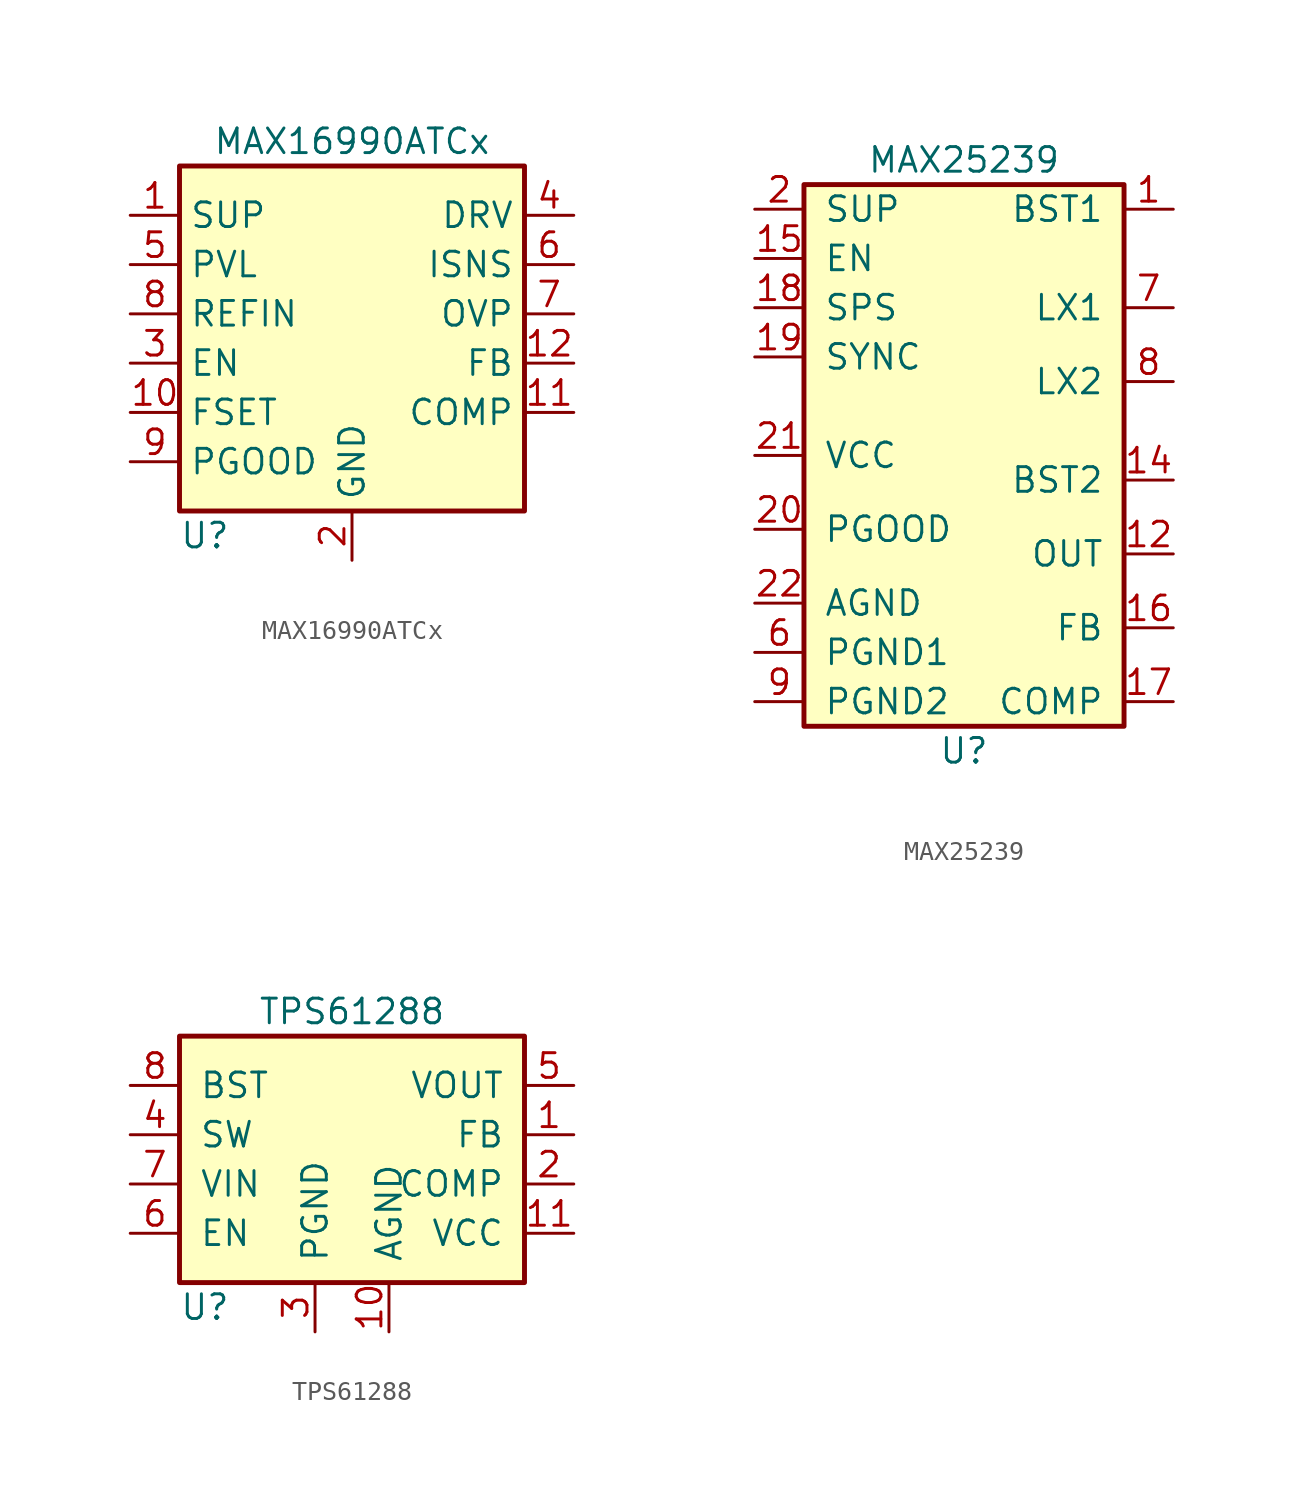
<source format=kicad_sym>
(kicad_symbol_lib
  (version 20211014)
  (generator kicad_symbol_editor)
  (symbol "MAX16990ATCx"
    (property "Reference" "U"
      (at -8.89 -10.16 0)
      (effects (font (size 1.27 1.27)) (justify left)))
    (property "Value" "MAX16990ATCx"
      (at 0 10.16 0)
      (effects (font (size 1.27 1.27))))
    (symbol "MAX16990ATCx_0_1"
      (rectangle (start -8.89 8.89) (end 8.89 -8.89) (stroke (width 0.254) (type default) (color 0 0 0 0)) (fill (type background))))
    (symbol "MAX16990ATCx_1_1"
      (pin power_in line (at -11.43 6.35 0) (length 2.54) (name "SUP" (effects (font (size 1.27 1.27)))) (number "1" (effects (font (size 1.27 1.27)))))
      (pin input line (at -11.43 -3.81 0) (length 2.54) (name "FSET" (effects (font (size 1.27 1.27)))) (number "10" (effects (font (size 1.27 1.27)))))
      (pin output line (at 11.43 -3.81 180) (length 2.54) (name "COMP" (effects (font (size 1.27 1.27)))) (number "11" (effects (font (size 1.27 1.27)))))
      (pin input line (at 11.43 -1.27 180) (length 2.54) (name "FB" (effects (font (size 1.27 1.27)))) (number "12" (effects (font (size 1.27 1.27)))))
      (pin power_in line (at 0 -11.43 90) (length 2.54) hide (name "GND" (effects (font (size 1.27 1.27)))) (number "13" (effects (font (size 1.27 1.27)))))
      (pin power_in line (at 0 -11.43 90) (length 2.54) (name "GND" (effects (font (size 1.27 1.27)))) (number "2" (effects (font (size 1.27 1.27)))))
      (pin input line (at -11.43 -1.27 0) (length 2.54) (name "EN" (effects (font (size 1.27 1.27)))) (number "3" (effects (font (size 1.27 1.27)))))
      (pin output line (at 11.43 6.35 180) (length 2.54) (name "DRV" (effects (font (size 1.27 1.27)))) (number "4" (effects (font (size 1.27 1.27)))))
      (pin power_out line (at -11.43 3.81 0) (length 2.54) (name "PVL" (effects (font (size 1.27 1.27)))) (number "5" (effects (font (size 1.27 1.27)))))
      (pin input line (at 11.43 3.81 180) (length 2.54) (name "ISNS" (effects (font (size 1.27 1.27)))) (number "6" (effects (font (size 1.27 1.27)))))
      (pin input line (at 11.43 1.27 180) (length 2.54) (name "OVP" (effects (font (size 1.27 1.27)))) (number "7" (effects (font (size 1.27 1.27)))))
      (pin input line (at -11.43 1.27 0) (length 2.54) (name "REFIN" (effects (font (size 1.27 1.27)))) (number "8" (effects (font (size 1.27 1.27)))))
      (pin output line (at -11.43 -6.35 0) (length 2.54) (name "PGOOD" (effects (font (size 1.27 1.27)))) (number "9" (effects (font (size 1.27 1.27)))))))
  (symbol "MAX25239"
    (pin_names
      (offset 1.016))
    (property "Reference" "U"
      (at 0 -15.24 0)
      (effects (font (size 1.27 1.27))))
    (property "Value" "MAX25239"
      (at 0 15.24 0)
      (effects (font (size 1.27 1.27))))
    (symbol "MAX25239_0_1"
      (rectangle (start -8.255 13.97) (end 8.255 -13.97) (stroke (width 0.254) (type default) (color 0 0 0 0)) (fill (type background))))
    (symbol "MAX25239_1_1"
      (pin input line (at 10.795 12.7 180) (length 2.54) (name "BST1" (effects (font (size 1.27 1.27)))) (number "1" (effects (font (size 1.27 1.27)))))
      (pin passive line (at -10.795 -12.7 0) (length 2.54) hide (name "PGND2" (effects (font (size 1.27 1.27)))) (number "10" (effects (font (size 1.27 1.27)))))
      (pin power_out line (at 10.795 -5.08 180) (length 2.54) (name "OUT" (effects (font (size 1.27 1.27)))) (number "12" (effects (font (size 1.27 1.27)))))
      (pin power_out line (at 10.795 -5.08 180) (length 2.54) hide (name "OUT" (effects (font (size 1.27 1.27)))) (number "13" (effects (font (size 1.27 1.27)))))
      (pin input line (at 10.795 -1.27 180) (length 2.54) (name "BST2" (effects (font (size 1.27 1.27)))) (number "14" (effects (font (size 1.27 1.27)))))
      (pin input line (at -10.795 10.16 0) (length 2.54) (name "EN" (effects (font (size 1.27 1.27)))) (number "15" (effects (font (size 1.27 1.27)))))
      (pin input line (at 10.795 -8.89 180) (length 2.54) (name "FB" (effects (font (size 1.27 1.27)))) (number "16" (effects (font (size 1.27 1.27)))))
      (pin input line (at 10.795 -12.7 180) (length 2.54) (name "COMP" (effects (font (size 1.27 1.27)))) (number "17" (effects (font (size 1.27 1.27)))))
      (pin input line (at -10.795 7.62 0) (length 2.54) (name "SPS" (effects (font (size 1.27 1.27)))) (number "18" (effects (font (size 1.27 1.27)))))
      (pin input line (at -10.795 5.08 0) (length 2.54) (name "SYNC" (effects (font (size 1.27 1.27)))) (number "19" (effects (font (size 1.27 1.27)))))
      (pin input line (at -10.795 12.7 0) (length 2.54) (name "SUP" (effects (font (size 1.27 1.27)))) (number "2" (effects (font (size 1.27 1.27)))))
      (pin open_collector line (at -10.795 -3.81 0) (length 2.54) (name "PGOOD" (effects (font (size 1.27 1.27)))) (number "20" (effects (font (size 1.27 1.27)))))
      (pin output line (at -10.795 0 0) (length 2.54) (name "VCC" (effects (font (size 1.27 1.27)))) (number "21" (effects (font (size 1.27 1.27)))))
      (pin passive line (at -10.795 -7.62 0) (length 2.54) (name "AGND" (effects (font (size 1.27 1.27)))) (number "22" (effects (font (size 1.27 1.27)))))
      (pin input line (at -10.795 12.7 0) (length 2.54) hide (name "SUP" (effects (font (size 1.27 1.27)))) (number "3" (effects (font (size 1.27 1.27)))))
      (pin passive line (at -10.795 -10.16 0) (length 2.54) hide (name "PGND1" (effects (font (size 1.27 1.27)))) (number "5" (effects (font (size 1.27 1.27)))))
      (pin passive line (at -10.795 -10.16 0) (length 2.54) (name "PGND1" (effects (font (size 1.27 1.27)))) (number "6" (effects (font (size 1.27 1.27)))))
      (pin bidirectional line (at 10.795 7.62 180) (length 2.54) (name "LX1" (effects (font (size 1.27 1.27)))) (number "7" (effects (font (size 1.27 1.27)))))
      (pin bidirectional line (at 10.795 3.81 180) (length 2.54) (name "LX2" (effects (font (size 1.27 1.27)))) (number "8" (effects (font (size 1.27 1.27)))))
      (pin passive line (at -10.795 -12.7 0) (length 2.54) (name "PGND2" (effects (font (size 1.27 1.27)))) (number "9" (effects (font (size 1.27 1.27)))))))
  (symbol "TPS61288"
    (pin_names
      (offset 1.016))
    (property "Reference" "U"
      (at -8.89 -7.62 0)
      (effects (font (size 1.27 1.27)) (justify left)))
    (property "Value" "TPS61288"
      (at 0 7.62 0)
      (effects (font (size 1.27 1.27))))
    (symbol "TPS61288_0_1"
      (rectangle (start -8.89 6.35) (end 8.89 -6.35) (stroke (width 0.254) (type default) (color 0 0 0 0)) (fill (type background))))
    (symbol "TPS61288_1_1"
      (pin input line (at 11.43 1.27 180) (length 2.54) (name "FB" (effects (font (size 1.27 1.27)))) (number "1" (effects (font (size 1.27 1.27)))))
      (pin passive line (at 1.905 -8.89 90) (length 2.54) (name "AGND" (effects (font (size 1.27 1.27)))) (number "10" (effects (font (size 1.27 1.27)))))
      (pin output line (at 11.43 -3.81 180) (length 2.54) (name "VCC" (effects (font (size 1.27 1.27)))) (number "11" (effects (font (size 1.27 1.27)))))
      (pin output line (at 11.43 -1.27 180) (length 2.54) (name "COMP" (effects (font (size 1.27 1.27)))) (number "2" (effects (font (size 1.27 1.27)))))
      (pin passive line (at -1.905 -8.89 90) (length 2.54) (name "PGND" (effects (font (size 1.27 1.27)))) (number "3" (effects (font (size 1.27 1.27)))))
      (pin input line (at -11.43 1.27 0) (length 2.54) (name "SW" (effects (font (size 1.27 1.27)))) (number "4" (effects (font (size 1.27 1.27)))))
      (pin power_out line (at 11.43 3.81 180) (length 2.54) (name "VOUT" (effects (font (size 1.27 1.27)))) (number "5" (effects (font (size 1.27 1.27)))))
      (pin input line (at -11.43 -3.81 0) (length 2.54) (name "EN" (effects (font (size 1.27 1.27)))) (number "6" (effects (font (size 1.27 1.27)))))
      (pin power_in line (at -11.43 -1.27 0) (length 2.54) (name "VIN" (effects (font (size 1.27 1.27)))) (number "7" (effects (font (size 1.27 1.27)))))
      (pin output line (at -11.43 3.81 0) (length 2.54) (name "BST" (effects (font (size 1.27 1.27)))) (number "8" (effects (font (size 1.27 1.27)))))
      (pin input line (at -11.43 1.27 0) (length 2.54) hide (name "SW" (effects (font (size 1.27 1.27)))) (number "9" (effects (font (size 1.27 1.27))))))))
</source>
